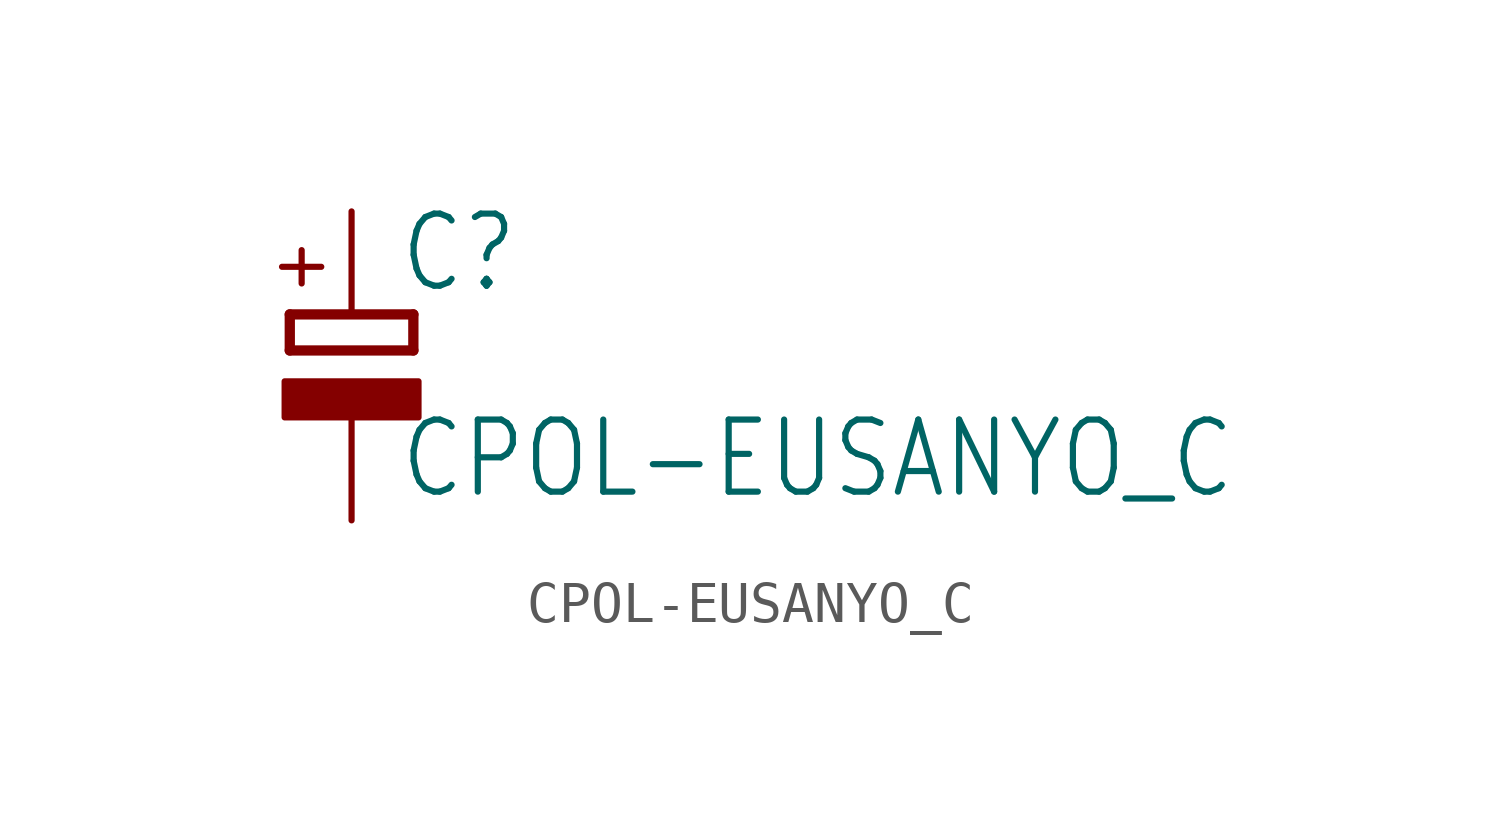
<source format=kicad_sym>
(kicad_symbol_lib
  (version 20210619)
  (generator kicad_symbol_editor)
  (symbol "CPOL-EUSANYO_C"
    (property "Reference" "C"
      (at 1.143 0.483 0)
      (effects (font (size 1.778 1.511)) (justify left bottom)))
    (property "Value" "CPOL-EUSANYO_C"
      (at 1.143 -4.597 0)
      (effects (font (size 1.778 1.511)) (justify left bottom)))
    (property "ki_locked" ""
      (at 0 0 0)
      (effects (font (size 1.27 1.27))))
    (symbol "CPOL-EUSANYO_C_1_0"
      (text "+" (at -0.584 0.406 900) (effects (font (size 1.27 1.079)) (justify left bottom)))
      (rectangle (start -1.651 -2.54) (end 1.651 -1.651) (stroke (width 0)) (fill (type outline)))
      (polyline (pts (xy -1.524 -0.889) (xy 1.524 -0.889)) (stroke (width 0.254)) (fill (type none)))
      (polyline (pts (xy -1.524 0) (xy -1.524 -0.889)) (stroke (width 0.254)) (fill (type none)))
      (polyline (pts (xy -1.524 0) (xy 1.524 0)) (stroke (width 0.254)) (fill (type none)))
      (polyline (pts (xy 1.524 -0.889) (xy 1.524 0)) (stroke (width 0.254)) (fill (type none)))
      (pin passive line (at 0 2.54 270) (length 2.54) (name "+" (effects (font (size 0 0)))) (number "+" (effects (font (size 0 0)))))
      (pin passive line (at 0 -5.08 90) (length 2.54) (name "-" (effects (font (size 0 0)))) (number "-" (effects (font (size 0 0))))))))
</source>
